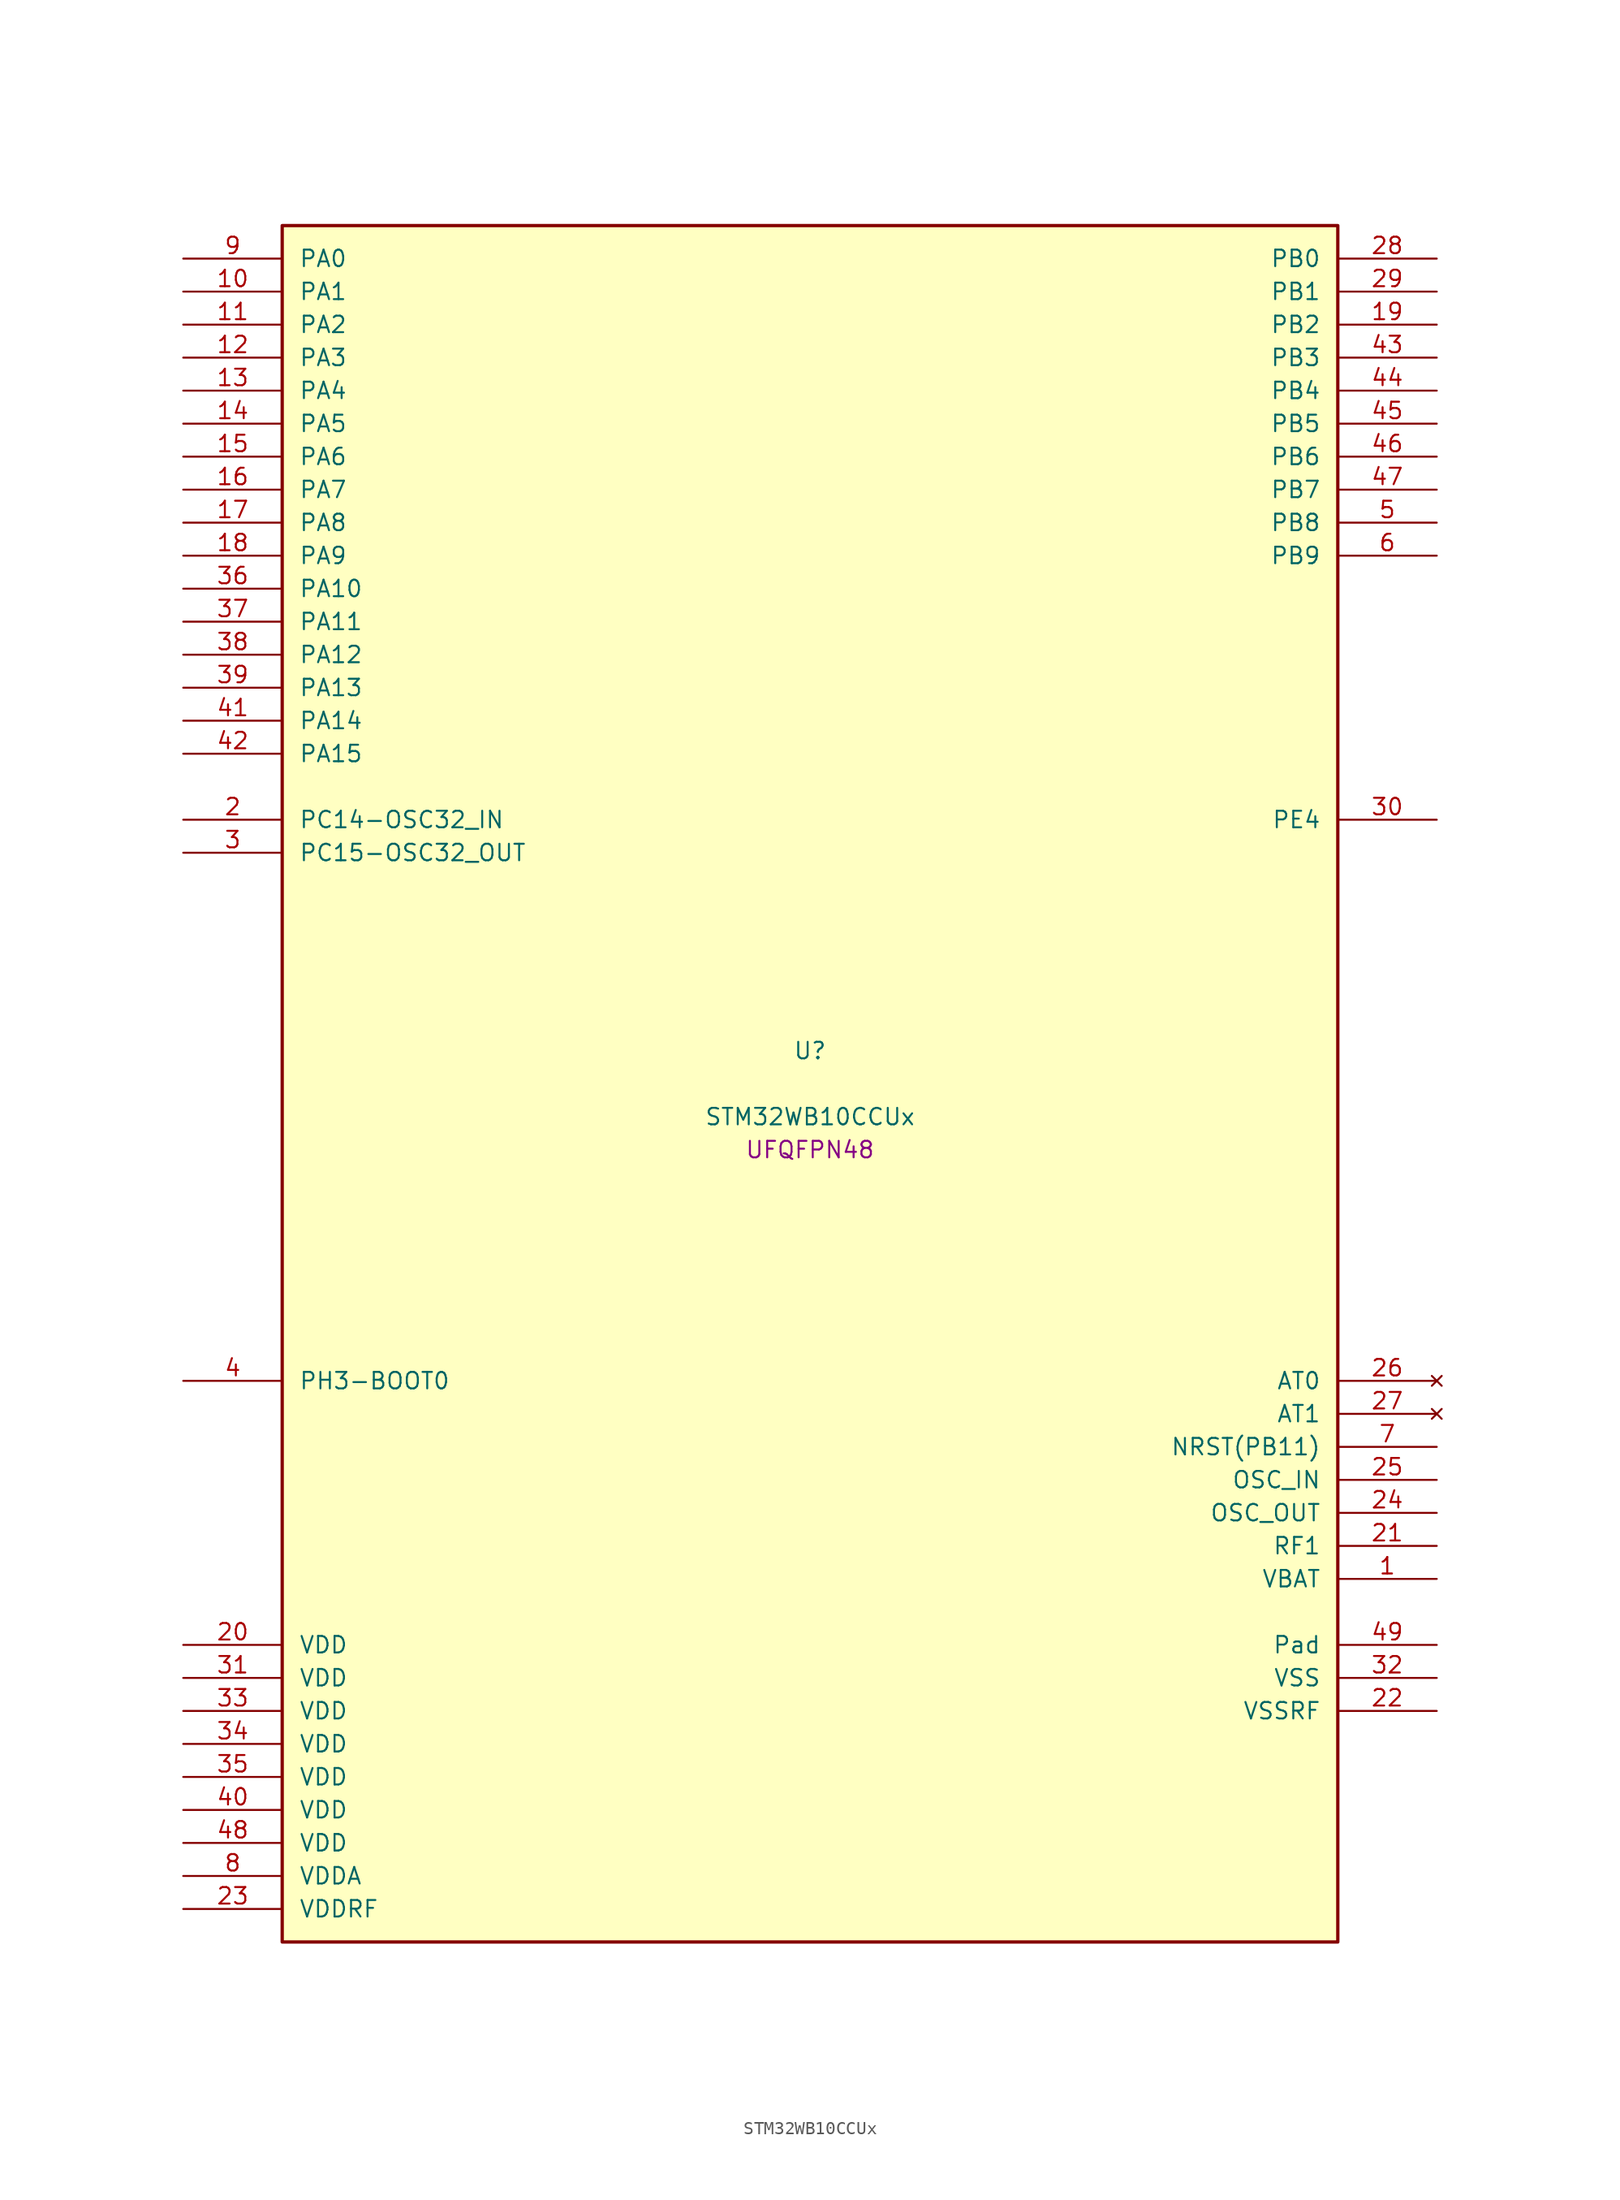
<source format=kicad_sym>
(kicad_symbol_lib
  (version 20241209)
  (generator "stm32_pkl_generator")
  (generator_version "1.0")
  (symbol "STM32WB10CCUx"
    (pin_names
      (offset 1.27))
    (property "Reference" "U"
      (at 0 2.54 0))
    (property "Value" "STM32WB10CCUx"
      (at 0 -2.54 0))
    (property "Footprint" "UFQFPN48"
      (at 0 -5.08 0))
    (symbol "STM32WB10CCUx_1_1"
      (rectangle (start -40.64 66.04) (end 40.64 -66.04) (stroke (width 0.254) (type solid)) (fill (type background)))
      (pin bidirectional line (at -48.26 63.5 0) (length 7.62) (name "PA0") (number "9") (alternate "PA0/ADC1_IN5" bidirectional line) (alternate "PA0/RTC_TAMP2" bidirectional line) (alternate "PA0/SYS_WKUP1" bidirectional line) (alternate "PA0/TIM2_CH1" bidirectional line) (alternate "PA0/TIM2_ETR" bidirectional line))
      (pin bidirectional line (at -48.26 60.96 0) (length 7.62) (name "PA1") (number "10") (alternate "PA1/ADC1_IN6" bidirectional line) (alternate "PA1/I2C1_SMBA" bidirectional line) (alternate "PA1/SPI1_SCK" bidirectional line) (alternate "PA1/TIM2_CH2" bidirectional line))
      (pin bidirectional line (at -48.26 58.42 0) (length 7.62) (name "PA2") (number "11") (alternate "PA2/ADC1_IN7" bidirectional line) (alternate "PA2/RCC_LSCO" bidirectional line) (alternate "PA2/SYS_WKUP4" bidirectional line) (alternate "PA2/TIM2_CH3" bidirectional line))
      (pin bidirectional line (at -48.26 55.88 0) (length 7.62) (name "PA3") (number "12") (alternate "PA3/ADC1_IN8" bidirectional line) (alternate "PA3/TIM2_CH4" bidirectional line))
      (pin bidirectional line (at -48.26 53.34 0) (length 7.62) (name "PA4") (number "13") (alternate "PA4/ADC1_IN9" bidirectional line) (alternate "PA4/LPTIM2_OUT" bidirectional line) (alternate "PA4/SPI1_NSS" bidirectional line))
      (pin bidirectional line (at -48.26 50.8 0) (length 7.62) (name "PA5") (number "14") (alternate "PA5/ADC1_IN10" bidirectional line) (alternate "PA5/LPTIM2_ETR" bidirectional line) (alternate "PA5/SPI1_MOSI" bidirectional line) (alternate "PA5/SPI1_SCK" bidirectional line) (alternate "PA5/TIM2_CH1" bidirectional line) (alternate "PA5/TIM2_ETR" bidirectional line))
      (pin bidirectional line (at -48.26 48.26 0) (length 7.62) (name "PA6") (number "15") (alternate "PA6/ADC1_IN11" bidirectional line) (alternate "PA6/SPI1_MISO" bidirectional line) (alternate "PA6/TIM1_BKIN" bidirectional line))
      (pin bidirectional line (at -48.26 45.72 0) (length 7.62) (name "PA7") (number "16") (alternate "PA7/ADC1_IN2" bidirectional line) (alternate "PA7/SPI1_MOSI" bidirectional line) (alternate "PA7/TIM1_CH1N" bidirectional line))
      (pin bidirectional line (at -48.26 43.18 0) (length 7.62) (name "PA8") (number "17") (alternate "PA8/ADC1_IN3" bidirectional line) (alternate "PA8/LPTIM2_OUT" bidirectional line) (alternate "PA8/RCC_MCO" bidirectional line) (alternate "PA8/TIM1_CH1" bidirectional line) (alternate "PA8/USART1_CK" bidirectional line))
      (pin bidirectional line (at -48.26 40.64 0) (length 7.62) (name "PA9") (number "18") (alternate "PA9/ADC1_IN4" bidirectional line) (alternate "PA9/I2C1_SCL" bidirectional line) (alternate "PA9/TIM1_CH2" bidirectional line) (alternate "PA9/USART1_TX" bidirectional line))
      (pin bidirectional line (at -48.26 38.1 0) (length 7.62) (name "PA10") (number "36") (alternate "PA10/I2C1_SDA" bidirectional line) (alternate "PA10/TIM1_CH3" bidirectional line) (alternate "PA10/TSC_G7_IO2" bidirectional line) (alternate "PA10/USART1_RX" bidirectional line))
      (pin bidirectional line (at -48.26 35.56 0) (length 7.62) (name "PA11") (number "37") (alternate "PA11/ADC1_EXTI11" bidirectional line) (alternate "PA11/SPI1_MISO" bidirectional line) (alternate "PA11/TIM1_BKIN2" bidirectional line) (alternate "PA11/TIM1_CH4" bidirectional line) (alternate "PA11/USART1_CTS" bidirectional line) (alternate "PA11/USART1_NSS" bidirectional line))
      (pin bidirectional line (at -48.26 33.02 0) (length 7.62) (name "PA12") (number "38") (alternate "PA12/SPI1_MOSI" bidirectional line) (alternate "PA12/TIM1_ETR" bidirectional line) (alternate "PA12/USART1_DE" bidirectional line) (alternate "PA12/USART1_RTS" bidirectional line))
      (pin bidirectional line (at -48.26 30.48 0) (length 7.62) (name "PA13") (number "39") (alternate "PA13/SPI1_MOSI" bidirectional line) (alternate "PA13/SYS_JTMS-SWDIO" bidirectional line) (alternate "PA13/TSC_G7_IO1" bidirectional line))
      (pin bidirectional line (at -48.26 27.94 0) (length 7.62) (name "PA14") (number "41") (alternate "PA14/I2C1_SMBA" bidirectional line) (alternate "PA14/LPTIM1_OUT" bidirectional line) (alternate "PA14/SPI1_NSS" bidirectional line) (alternate "PA14/SYS_JTCK-SWCLK" bidirectional line))
      (pin bidirectional line (at -48.26 25.4 0) (length 7.62) (name "PA15") (number "42") (alternate "PA15/RCC_MCO" bidirectional line) (alternate "PA15/SPI1_NSS" bidirectional line) (alternate "PA15/SYS_JTDI" bidirectional line) (alternate "PA15/TIM2_CH1" bidirectional line) (alternate "PA15/TIM2_ETR" bidirectional line))
      (pin bidirectional line (at 48.26 63.5 180) (length 7.62) (name "PB0") (number "28") (alternate "PB0/RF_TX_MOD_EXT_PA" bidirectional line))
      (pin bidirectional line (at 48.26 60.96 180) (length 7.62) (name "PB1") (number "29") (alternate "PB1/LPTIM2_IN1" bidirectional line))
      (pin bidirectional line (at 48.26 58.42 180) (length 7.62) (name "PB2") (number "19") (alternate "PB2/LPTIM1_OUT" bidirectional line) (alternate "PB2/RTC_OUT" bidirectional line) (alternate "PB2/SPI1_NSS" bidirectional line))
      (pin bidirectional line (at 48.26 55.88 180) (length 7.62) (name "PB3") (number "43") (alternate "PB3/SPI1_SCK" bidirectional line) (alternate "PB3/SYS_JTDO-SWO" bidirectional line) (alternate "PB3/TIM2_CH2" bidirectional line) (alternate "PB3/USART1_DE" bidirectional line) (alternate "PB3/USART1_RTS" bidirectional line))
      (pin bidirectional line (at 48.26 53.34 180) (length 7.62) (name "PB4") (number "44") (alternate "PB4/SPI1_MISO" bidirectional line) (alternate "PB4/SYS_JTRST" bidirectional line) (alternate "PB4/TSC_G2_IO1" bidirectional line) (alternate "PB4/USART1_CTS" bidirectional line) (alternate "PB4/USART1_NSS" bidirectional line))
      (pin bidirectional line (at 48.26 50.8 180) (length 7.62) (name "PB5") (number "45") (alternate "PB5/I2C1_SMBA" bidirectional line) (alternate "PB5/LPTIM1_IN1" bidirectional line) (alternate "PB5/SPI1_MOSI" bidirectional line) (alternate "PB5/TSC_G2_IO2" bidirectional line) (alternate "PB5/USART1_CK" bidirectional line))
      (pin bidirectional line (at 48.26 48.26 180) (length 7.62) (name "PB6") (number "46") (alternate "PB6/I2C1_SCL" bidirectional line) (alternate "PB6/LPTIM1_ETR" bidirectional line) (alternate "PB6/RCC_MCO" bidirectional line) (alternate "PB6/SPI1_NSS" bidirectional line) (alternate "PB6/TSC_G2_IO3" bidirectional line) (alternate "PB6/USART1_TX" bidirectional line))
      (pin bidirectional line (at 48.26 45.72 180) (length 7.62) (name "PB7") (number "47") (alternate "PB7/I2C1_SDA" bidirectional line) (alternate "PB7/LPTIM1_IN2" bidirectional line) (alternate "PB7/SYS_PVD_IN" bidirectional line) (alternate "PB7/TIM1_BKIN" bidirectional line) (alternate "PB7/TIM1_CH3" bidirectional line) (alternate "PB7/TSC_G2_IO4" bidirectional line) (alternate "PB7/USART1_RX" bidirectional line))
      (pin bidirectional line (at 48.26 43.18 180) (length 7.62) (name "PB8") (number "5") (alternate "PB8/I2C1_SCL" bidirectional line) (alternate "PB8/TIM1_CH2N" bidirectional line) (alternate "PB8/TSC_G7_IO3" bidirectional line))
      (pin bidirectional line (at 48.26 40.64 180) (length 7.62) (name "PB9") (number "6") (alternate "PB9/I2C1_SDA" bidirectional line) (alternate "PB9/TIM1_CH3N" bidirectional line) (alternate "PB9/TSC_G7_IO4" bidirectional line))
      (pin bidirectional line (at -48.26 20.32 0) (length 7.62) (name "PC14-OSC32_IN") (number "2") (alternate "PC14-OSC32_IN/RCC_OSC32_IN" bidirectional line))
      (pin bidirectional line (at -48.26 17.78 0) (length 7.62) (name "PC15-OSC32_OUT") (number "3") (alternate "PC15-OSC32_OUT/RCC_OSC32_OUT" bidirectional line))
      (pin bidirectional line (at 48.26 20.32 180) (length 7.62) (name "PE4") (number "30"))
      (pin bidirectional line (at -48.26 -22.86 0) (length 7.62) (name "PH3-BOOT0") (number "4") (alternate "PH3-BOOT0/RCC_LSCO" bidirectional line))
      (pin no_connect line (at 48.26 -22.86 180) (length 7.62) (name "AT0") (number "26"))
      (pin no_connect line (at 48.26 -25.4 180) (length 7.62) (name "AT1") (number "27"))
      (pin input line (at 48.26 -27.94 180) (length 7.62) (name "NRST(PB11)") (number "7"))
      (pin bidirectional line (at 48.26 -30.48 180) (length 7.62) (name "OSC_IN") (number "25") (alternate "OSC_IN/RCC_OSC_IN" bidirectional line))
      (pin bidirectional line (at 48.26 -33.02 180) (length 7.62) (name "OSC_OUT") (number "24") (alternate "OSC_OUT/RCC_OSC_OUT" bidirectional line))
      (pin bidirectional line (at 48.26 -35.56 180) (length 7.62) (name "RF1") (number "21") (alternate "RF1/RF_RF1" bidirectional line))
      (pin power_in line (at 48.26 -38.1 180) (length 7.62) (name "VBAT") (number "1"))
      (pin power_in line (at -48.26 -43.18 0) (length 7.62) (name "VDD") (number "20"))
      (pin power_in line (at -48.26 -45.72 0) (length 7.62) (name "VDD") (number "31"))
      (pin power_in line (at -48.26 -48.26 0) (length 7.62) (name "VDD") (number "33"))
      (pin power_in line (at -48.26 -50.8 0) (length 7.62) (name "VDD") (number "34"))
      (pin power_in line (at -48.26 -53.34 0) (length 7.62) (name "VDD") (number "35"))
      (pin power_in line (at -48.26 -55.88 0) (length 7.62) (name "VDD") (number "40"))
      (pin power_in line (at -48.26 -58.42 0) (length 7.62) (name "VDD") (number "48"))
      (pin power_in line (at -48.26 -60.96 0) (length 7.62) (name "VDDA") (number "8"))
      (pin power_in line (at -48.26 -63.5 0) (length 7.62) (name "VDDRF") (number "23"))
      (pin passive line (at 48.26 -43.18 180) (length 7.62) (name "Pad") (number "49"))
      (pin power_in line (at 48.26 -45.72 180) (length 7.62) (name "VSS") (number "32"))
      (pin power_in line (at 48.26 -48.26 180) (length 7.62) (name "VSSRF") (number "22")))))
</source>
